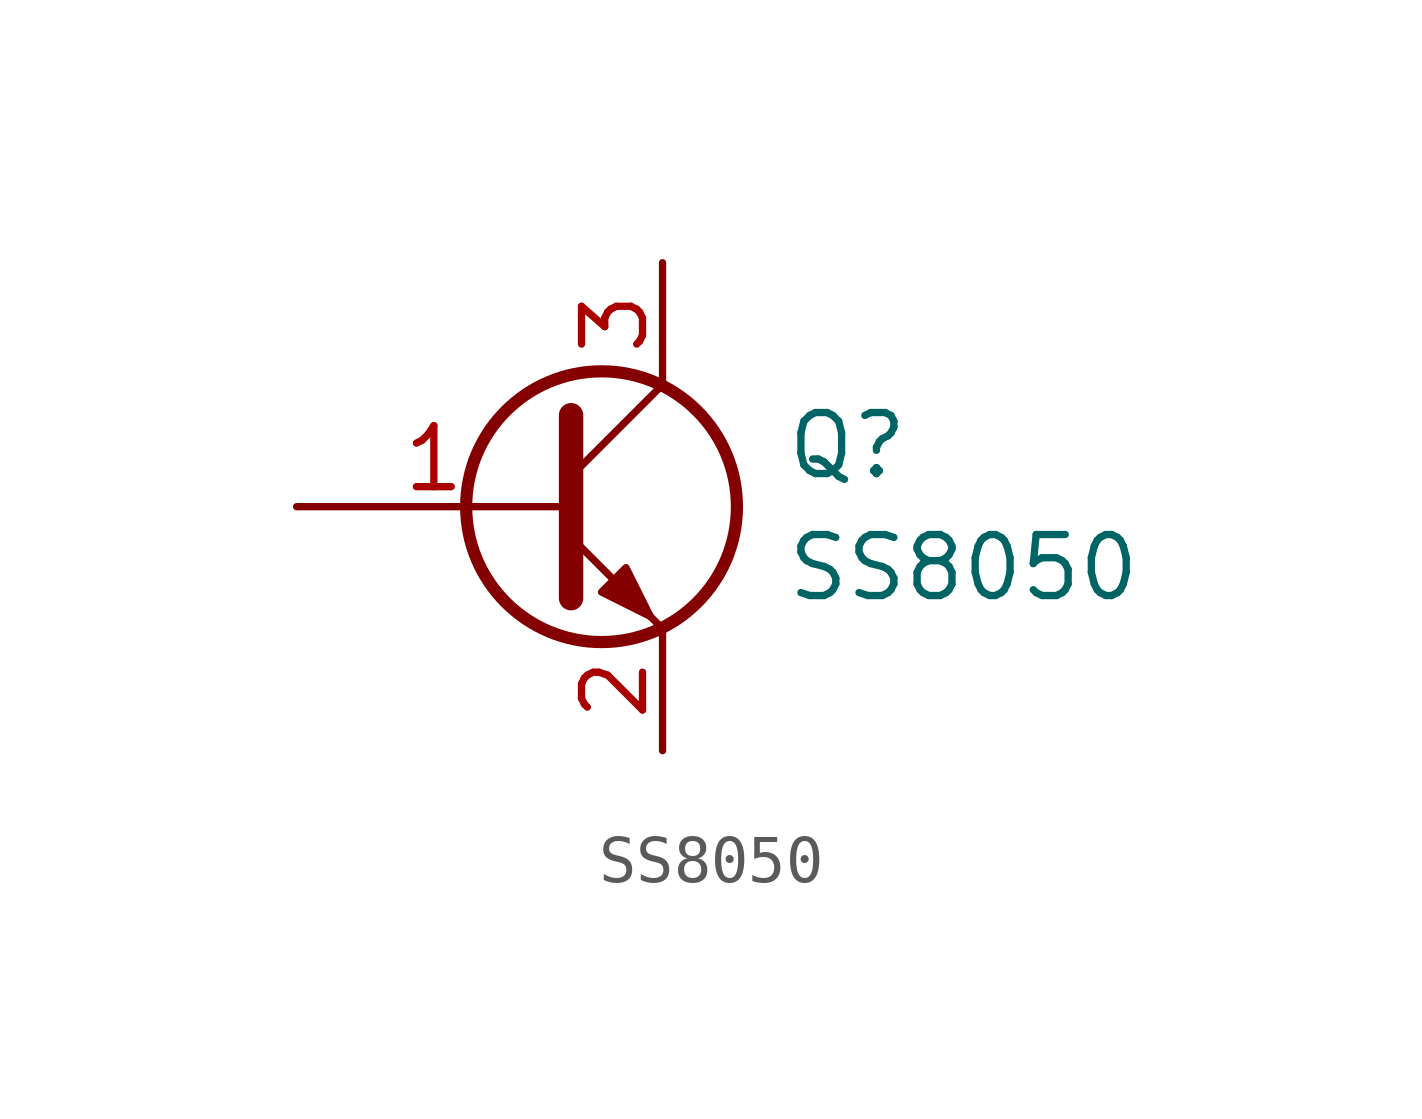
<source format=kicad_sym>
(kicad_symbol_lib
  (version 20220914)
  (generator kicad_db_lib)
  (symbol "SS8050"
    (pin_names
      (offset 0) hide)
    (property "Reference" "Q"
      (at 5.08 1.27 0)
      (effects (font (size 1.27 1.27)) (justify left)))
    (property "Value" "SS8050"
      (at 5.08 -1.27 0)
      (effects (font (size 1.27 1.27)) (justify left)))
    (symbol "SS8050_0_1"
      (polyline (pts (xy 0.635 0.635) (xy 2.54 2.54)) (stroke (width 0) (type default)) (fill (type none)))
      (polyline (pts (xy 0.635 -0.635) (xy 2.54 -2.54) (xy 2.54 -2.54)) (stroke (width 0) (type default)) (fill (type none)))
      (polyline (pts (xy 0.635 1.905) (xy 0.635 -1.905) (xy 0.635 -1.905)) (stroke (width 0.508) (type default)) (fill (type none)))
      (polyline (pts (xy 1.27 -1.778) (xy 1.778 -1.27) (xy 2.286 -2.286) (xy 1.27 -1.778) (xy 1.27 -1.778)) (stroke (width 0) (type default)) (fill (type outline)))
      (circle (center 1.27 0) (radius 2.819) (stroke (width 0.254) (type default)) (fill (type none))))
    (symbol "SS8050_1_1"
      (pin input line (at -5.08 0 0) (length 5.715) (name "B" (effects (font (size 1.27 1.27)))) (number "1" (effects (font (size 1.27 1.27)))))
      (pin passive line (at 2.54 -5.08 90) (length 2.54) (name "E" (effects (font (size 1.27 1.27)))) (number "2" (effects (font (size 1.27 1.27)))))
      (pin passive line (at 2.54 5.08 270) (length 2.54) (name "C" (effects (font (size 1.27 1.27)))) (number "3" (effects (font (size 1.27 1.27))))))))
</source>
